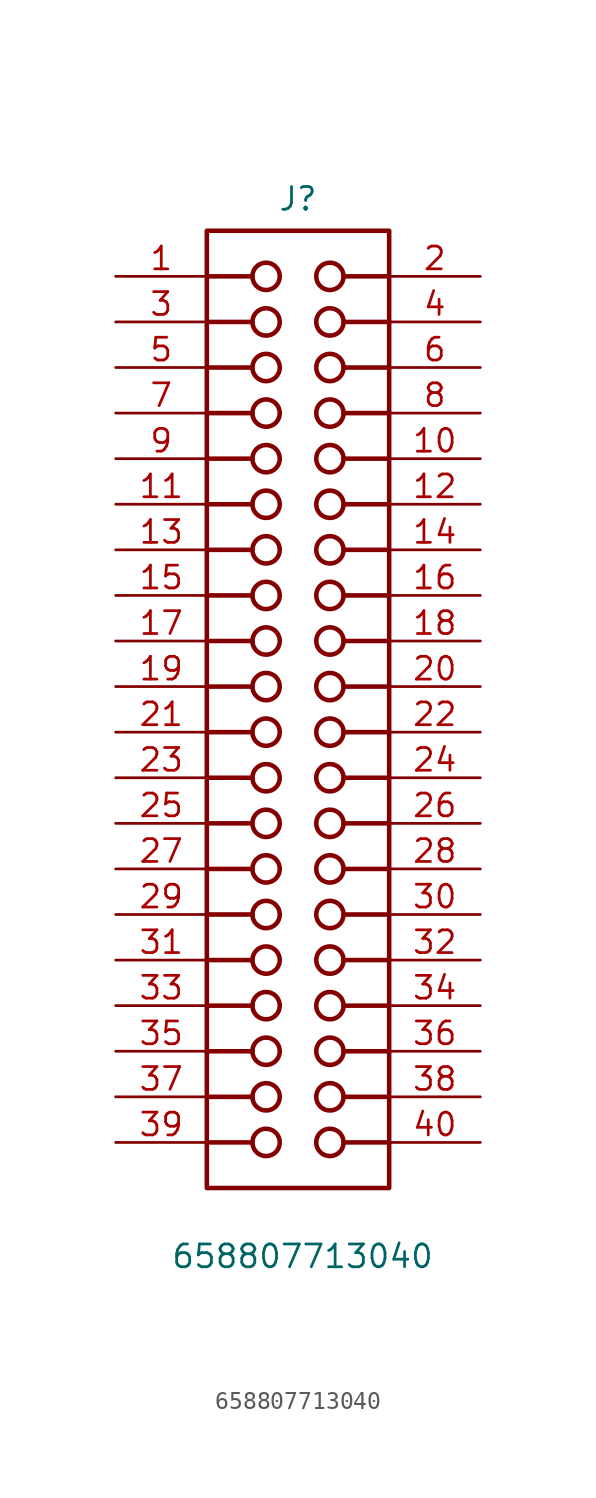
<source format=kicad_sym>
(kicad_symbol_lib
  (version 20241209)
  (generator "kicad_symbol_editor")
  (generator_version "9.0")
  (symbol "658807713040"
    (pin_names
      (hide yes))
    (property "Reference" "J"
      (at 0 27.178 0)
      (effects (font (size 1.27 1.27))))
    (property "Value" "658807713040"
      (at 0.254 -31.75 0)
      (effects (font (size 1.27 1.27))))
    (symbol "658807713040_1_1"
      (rectangle (start -5.08 25.4) (end 5.08 -27.94) (stroke (width 0.254) (type solid)) (fill (type none)))
      (polyline (pts (xy -5.08 22.86) (xy -2.54 22.86)) (stroke (width 0.254) (type solid)) (fill (type none)))
      (polyline (pts (xy -5.08 20.32) (xy -2.54 20.32)) (stroke (width 0.254) (type solid)) (fill (type none)))
      (polyline (pts (xy -5.08 17.78) (xy -2.54 17.78)) (stroke (width 0.254) (type solid)) (fill (type none)))
      (polyline (pts (xy -5.08 15.24) (xy -2.54 15.24)) (stroke (width 0.254) (type solid)) (fill (type none)))
      (polyline (pts (xy -5.08 12.7) (xy -2.54 12.7)) (stroke (width 0.254) (type solid)) (fill (type none)))
      (polyline (pts (xy -5.08 10.16) (xy -2.54 10.16)) (stroke (width 0.254) (type solid)) (fill (type none)))
      (polyline (pts (xy -5.08 7.62) (xy -2.54 7.62)) (stroke (width 0.254) (type solid)) (fill (type none)))
      (polyline (pts (xy -5.08 5.08) (xy -2.54 5.08)) (stroke (width 0.254) (type solid)) (fill (type none)))
      (polyline (pts (xy -5.08 2.54) (xy -2.54 2.54)) (stroke (width 0.254) (type solid)) (fill (type none)))
      (polyline (pts (xy -5.08 0) (xy -2.54 0)) (stroke (width 0.254) (type solid)) (fill (type none)))
      (polyline (pts (xy -5.08 -2.54) (xy -2.54 -2.54)) (stroke (width 0.254) (type solid)) (fill (type none)))
      (polyline (pts (xy -5.08 -5.08) (xy -2.54 -5.08)) (stroke (width 0.254) (type solid)) (fill (type none)))
      (polyline (pts (xy -5.08 -7.62) (xy -2.54 -7.62)) (stroke (width 0.254) (type solid)) (fill (type none)))
      (polyline (pts (xy -5.08 -10.16) (xy -2.54 -10.16)) (stroke (width 0.254) (type solid)) (fill (type none)))
      (polyline (pts (xy -5.08 -12.7) (xy -2.54 -12.7)) (stroke (width 0.254) (type solid)) (fill (type none)))
      (polyline (pts (xy -5.08 -15.24) (xy -2.54 -15.24)) (stroke (width 0.254) (type solid)) (fill (type none)))
      (polyline (pts (xy -5.08 -17.78) (xy -2.54 -17.78)) (stroke (width 0.254) (type solid)) (fill (type none)))
      (polyline (pts (xy -5.08 -20.32) (xy -2.54 -20.32)) (stroke (width 0.254) (type solid)) (fill (type none)))
      (polyline (pts (xy -5.08 -22.86) (xy -2.54 -22.86)) (stroke (width 0.254) (type solid)) (fill (type none)))
      (polyline (pts (xy -5.08 -25.4) (xy -2.54 -25.4)) (stroke (width 0.254) (type solid)) (fill (type none)))
      (circle (center -1.778 22.86) (radius 0.762) (stroke (width 0.254) (type solid)) (fill (type none)))
      (circle (center -1.778 20.32) (radius 0.762) (stroke (width 0.254) (type solid)) (fill (type none)))
      (circle (center -1.778 17.78) (radius 0.762) (stroke (width 0.254) (type solid)) (fill (type none)))
      (circle (center -1.778 15.24) (radius 0.762) (stroke (width 0.254) (type solid)) (fill (type none)))
      (circle (center -1.778 12.7) (radius 0.762) (stroke (width 0.254) (type solid)) (fill (type none)))
      (circle (center -1.778 10.16) (radius 0.762) (stroke (width 0.254) (type solid)) (fill (type none)))
      (circle (center -1.778 7.62) (radius 0.762) (stroke (width 0.254) (type solid)) (fill (type none)))
      (circle (center -1.778 5.08) (radius 0.762) (stroke (width 0.254) (type solid)) (fill (type none)))
      (circle (center -1.778 2.54) (radius 0.762) (stroke (width 0.254) (type solid)) (fill (type none)))
      (circle (center -1.778 0) (radius 0.762) (stroke (width 0.254) (type solid)) (fill (type none)))
      (circle (center -1.778 -2.54) (radius 0.762) (stroke (width 0.254) (type solid)) (fill (type none)))
      (circle (center -1.778 -5.08) (radius 0.762) (stroke (width 0.254) (type solid)) (fill (type none)))
      (circle (center -1.778 -7.62) (radius 0.762) (stroke (width 0.254) (type solid)) (fill (type none)))
      (circle (center -1.778 -10.16) (radius 0.762) (stroke (width 0.254) (type solid)) (fill (type none)))
      (circle (center -1.778 -12.7) (radius 0.762) (stroke (width 0.254) (type solid)) (fill (type none)))
      (circle (center -1.778 -15.24) (radius 0.762) (stroke (width 0.254) (type solid)) (fill (type none)))
      (circle (center -1.778 -17.78) (radius 0.762) (stroke (width 0.254) (type solid)) (fill (type none)))
      (circle (center -1.778 -20.32) (radius 0.762) (stroke (width 0.254) (type solid)) (fill (type none)))
      (circle (center -1.778 -22.86) (radius 0.762) (stroke (width 0.254) (type solid)) (fill (type none)))
      (circle (center -1.778 -25.4) (radius 0.762) (stroke (width 0.254) (type solid)) (fill (type none)))
      (circle (center 1.778 22.86) (radius 0.762) (stroke (width 0.254) (type solid)) (fill (type none)))
      (circle (center 1.778 20.32) (radius 0.762) (stroke (width 0.254) (type solid)) (fill (type none)))
      (circle (center 1.778 17.78) (radius 0.762) (stroke (width 0.254) (type solid)) (fill (type none)))
      (circle (center 1.778 15.24) (radius 0.762) (stroke (width 0.254) (type solid)) (fill (type none)))
      (circle (center 1.778 12.7) (radius 0.762) (stroke (width 0.254) (type solid)) (fill (type none)))
      (circle (center 1.778 10.16) (radius 0.762) (stroke (width 0.254) (type solid)) (fill (type none)))
      (circle (center 1.778 7.62) (radius 0.762) (stroke (width 0.254) (type solid)) (fill (type none)))
      (circle (center 1.778 5.08) (radius 0.762) (stroke (width 0.254) (type solid)) (fill (type none)))
      (circle (center 1.778 2.54) (radius 0.762) (stroke (width 0.254) (type solid)) (fill (type none)))
      (circle (center 1.778 0) (radius 0.762) (stroke (width 0.254) (type solid)) (fill (type none)))
      (circle (center 1.778 -2.54) (radius 0.762) (stroke (width 0.254) (type solid)) (fill (type none)))
      (circle (center 1.778 -5.08) (radius 0.762) (stroke (width 0.254) (type solid)) (fill (type none)))
      (circle (center 1.778 -7.62) (radius 0.762) (stroke (width 0.254) (type solid)) (fill (type none)))
      (circle (center 1.778 -10.16) (radius 0.762) (stroke (width 0.254) (type solid)) (fill (type none)))
      (circle (center 1.778 -12.7) (radius 0.762) (stroke (width 0.254) (type solid)) (fill (type none)))
      (circle (center 1.778 -15.24) (radius 0.762) (stroke (width 0.254) (type solid)) (fill (type none)))
      (circle (center 1.778 -17.78) (radius 0.762) (stroke (width 0.254) (type solid)) (fill (type none)))
      (circle (center 1.778 -20.32) (radius 0.762) (stroke (width 0.254) (type solid)) (fill (type none)))
      (circle (center 1.778 -22.86) (radius 0.762) (stroke (width 0.254) (type solid)) (fill (type none)))
      (circle (center 1.778 -25.4) (radius 0.762) (stroke (width 0.254) (type solid)) (fill (type none)))
      (polyline (pts (xy 5.08 22.86) (xy 2.54 22.86)) (stroke (width 0.254) (type solid)) (fill (type none)))
      (polyline (pts (xy 5.08 20.32) (xy 2.54 20.32)) (stroke (width 0.254) (type solid)) (fill (type none)))
      (polyline (pts (xy 5.08 17.78) (xy 2.54 17.78)) (stroke (width 0.254) (type solid)) (fill (type none)))
      (polyline (pts (xy 5.08 15.24) (xy 2.54 15.24)) (stroke (width 0.254) (type solid)) (fill (type none)))
      (polyline (pts (xy 5.08 12.7) (xy 2.54 12.7)) (stroke (width 0.254) (type solid)) (fill (type none)))
      (polyline (pts (xy 5.08 10.16) (xy 2.54 10.16)) (stroke (width 0.254) (type solid)) (fill (type none)))
      (polyline (pts (xy 5.08 7.62) (xy 2.54 7.62)) (stroke (width 0.254) (type solid)) (fill (type none)))
      (polyline (pts (xy 5.08 5.08) (xy 2.54 5.08)) (stroke (width 0.254) (type solid)) (fill (type none)))
      (polyline (pts (xy 5.08 2.54) (xy 2.54 2.54)) (stroke (width 0.254) (type solid)) (fill (type none)))
      (polyline (pts (xy 5.08 0) (xy 2.54 0)) (stroke (width 0.254) (type solid)) (fill (type none)))
      (polyline (pts (xy 5.08 -2.54) (xy 2.54 -2.54)) (stroke (width 0.254) (type solid)) (fill (type none)))
      (polyline (pts (xy 5.08 -5.08) (xy 2.54 -5.08)) (stroke (width 0.254) (type solid)) (fill (type none)))
      (polyline (pts (xy 5.08 -7.62) (xy 2.54 -7.62)) (stroke (width 0.254) (type solid)) (fill (type none)))
      (polyline (pts (xy 5.08 -10.16) (xy 2.54 -10.16)) (stroke (width 0.254) (type solid)) (fill (type none)))
      (polyline (pts (xy 5.08 -12.7) (xy 2.54 -12.7)) (stroke (width 0.254) (type solid)) (fill (type none)))
      (polyline (pts (xy 5.08 -15.24) (xy 2.54 -15.24)) (stroke (width 0.254) (type solid)) (fill (type none)))
      (polyline (pts (xy 5.08 -17.78) (xy 2.54 -17.78)) (stroke (width 0.254) (type solid)) (fill (type none)))
      (polyline (pts (xy 5.08 -20.32) (xy 2.54 -20.32)) (stroke (width 0.254) (type solid)) (fill (type none)))
      (polyline (pts (xy 5.08 -22.86) (xy 2.54 -22.86)) (stroke (width 0.254) (type solid)) (fill (type none)))
      (polyline (pts (xy 5.08 -25.4) (xy 2.54 -25.4)) (stroke (width 0.254) (type solid)) (fill (type none)))
      (pin passive line (at -10.16 22.86 0) (length 5.08) (name "1" (effects (font (size 1.27 1.27)))) (number "1" (effects (font (size 1.27 1.27)))))
      (pin passive line (at -10.16 20.32 0) (length 5.08) (name "3" (effects (font (size 1.27 1.27)))) (number "3" (effects (font (size 1.27 1.27)))))
      (pin passive line (at -10.16 17.78 0) (length 5.08) (name "5" (effects (font (size 1.27 1.27)))) (number "5" (effects (font (size 1.27 1.27)))))
      (pin passive line (at -10.16 15.24 0) (length 5.08) (name "7" (effects (font (size 1.27 1.27)))) (number "7" (effects (font (size 1.27 1.27)))))
      (pin passive line (at -10.16 12.7 0) (length 5.08) (name "9" (effects (font (size 1.27 1.27)))) (number "9" (effects (font (size 1.27 1.27)))))
      (pin passive line (at -10.16 10.16 0) (length 5.08) (name "11" (effects (font (size 1.27 1.27)))) (number "11" (effects (font (size 1.27 1.27)))))
      (pin passive line (at -10.16 7.62 0) (length 5.08) (name "13" (effects (font (size 1.27 1.27)))) (number "13" (effects (font (size 1.27 1.27)))))
      (pin passive line (at -10.16 5.08 0) (length 5.08) (name "15" (effects (font (size 1.27 1.27)))) (number "15" (effects (font (size 1.27 1.27)))))
      (pin passive line (at -10.16 2.54 0) (length 5.08) (name "17" (effects (font (size 1.27 1.27)))) (number "17" (effects (font (size 1.27 1.27)))))
      (pin passive line (at -10.16 0 0) (length 5.08) (name "19" (effects (font (size 1.27 1.27)))) (number "19" (effects (font (size 1.27 1.27)))))
      (pin passive line (at -10.16 -2.54 0) (length 5.08) (name "21" (effects (font (size 1.27 1.27)))) (number "21" (effects (font (size 1.27 1.27)))))
      (pin passive line (at -10.16 -5.08 0) (length 5.08) (name "23" (effects (font (size 1.27 1.27)))) (number "23" (effects (font (size 1.27 1.27)))))
      (pin passive line (at -10.16 -7.62 0) (length 5.08) (name "25" (effects (font (size 1.27 1.27)))) (number "25" (effects (font (size 1.27 1.27)))))
      (pin passive line (at -10.16 -10.16 0) (length 5.08) (name "27" (effects (font (size 1.27 1.27)))) (number "27" (effects (font (size 1.27 1.27)))))
      (pin passive line (at -10.16 -12.7 0) (length 5.08) (name "29" (effects (font (size 1.27 1.27)))) (number "29" (effects (font (size 1.27 1.27)))))
      (pin passive line (at -10.16 -15.24 0) (length 5.08) (name "31" (effects (font (size 1.27 1.27)))) (number "31" (effects (font (size 1.27 1.27)))))
      (pin passive line (at -10.16 -17.78 0) (length 5.08) (name "33" (effects (font (size 1.27 1.27)))) (number "33" (effects (font (size 1.27 1.27)))))
      (pin passive line (at -10.16 -20.32 0) (length 5.08) (name "35" (effects (font (size 1.27 1.27)))) (number "35" (effects (font (size 1.27 1.27)))))
      (pin passive line (at -10.16 -22.86 0) (length 5.08) (name "37" (effects (font (size 1.27 1.27)))) (number "37" (effects (font (size 1.27 1.27)))))
      (pin passive line (at -10.16 -25.4 0) (length 5.08) (name "39" (effects (font (size 1.27 1.27)))) (number "39" (effects (font (size 1.27 1.27)))))
      (pin passive line (at 10.16 22.86 180) (length 5.08) (name "2" (effects (font (size 1.27 1.27)))) (number "2" (effects (font (size 1.27 1.27)))))
      (pin passive line (at 10.16 20.32 180) (length 5.08) (name "4" (effects (font (size 1.27 1.27)))) (number "4" (effects (font (size 1.27 1.27)))))
      (pin passive line (at 10.16 17.78 180) (length 5.08) (name "6" (effects (font (size 1.27 1.27)))) (number "6" (effects (font (size 1.27 1.27)))))
      (pin passive line (at 10.16 15.24 180) (length 5.08) (name "8" (effects (font (size 1.27 1.27)))) (number "8" (effects (font (size 1.27 1.27)))))
      (pin passive line (at 10.16 12.7 180) (length 5.08) (name "10" (effects (font (size 1.27 1.27)))) (number "10" (effects (font (size 1.27 1.27)))))
      (pin passive line (at 10.16 10.16 180) (length 5.08) (name "12" (effects (font (size 1.27 1.27)))) (number "12" (effects (font (size 1.27 1.27)))))
      (pin passive line (at 10.16 7.62 180) (length 5.08) (name "14" (effects (font (size 1.27 1.27)))) (number "14" (effects (font (size 1.27 1.27)))))
      (pin passive line (at 10.16 5.08 180) (length 5.08) (name "16" (effects (font (size 1.27 1.27)))) (number "16" (effects (font (size 1.27 1.27)))))
      (pin passive line (at 10.16 2.54 180) (length 5.08) (name "18" (effects (font (size 1.27 1.27)))) (number "18" (effects (font (size 1.27 1.27)))))
      (pin passive line (at 10.16 0 180) (length 5.08) (name "20" (effects (font (size 1.27 1.27)))) (number "20" (effects (font (size 1.27 1.27)))))
      (pin passive line (at 10.16 -2.54 180) (length 5.08) (name "22" (effects (font (size 1.27 1.27)))) (number "22" (effects (font (size 1.27 1.27)))))
      (pin passive line (at 10.16 -5.08 180) (length 5.08) (name "24" (effects (font (size 1.27 1.27)))) (number "24" (effects (font (size 1.27 1.27)))))
      (pin passive line (at 10.16 -7.62 180) (length 5.08) (name "1" (effects (font (size 1.27 1.27)))) (number "26" (effects (font (size 1.27 1.27)))))
      (pin passive line (at 10.16 -10.16 180) (length 5.08) (name "28" (effects (font (size 1.27 1.27)))) (number "28" (effects (font (size 1.27 1.27)))))
      (pin passive line (at 10.16 -12.7 180) (length 5.08) (name "30" (effects (font (size 1.27 1.27)))) (number "30" (effects (font (size 1.27 1.27)))))
      (pin passive line (at 10.16 -15.24 180) (length 5.08) (name "32" (effects (font (size 1.27 1.27)))) (number "32" (effects (font (size 1.27 1.27)))))
      (pin passive line (at 10.16 -17.78 180) (length 5.08) (name "34" (effects (font (size 1.27 1.27)))) (number "34" (effects (font (size 1.27 1.27)))))
      (pin passive line (at 10.16 -20.32 180) (length 5.08) (name "36" (effects (font (size 1.27 1.27)))) (number "36" (effects (font (size 1.27 1.27)))))
      (pin passive line (at 10.16 -22.86 180) (length 5.08) (name "38" (effects (font (size 1.27 1.27)))) (number "38" (effects (font (size 1.27 1.27)))))
      (pin passive line (at 10.16 -25.4 180) (length 5.08) (name "40" (effects (font (size 1.27 1.27)))) (number "40" (effects (font (size 1.27 1.27))))))))
</source>
